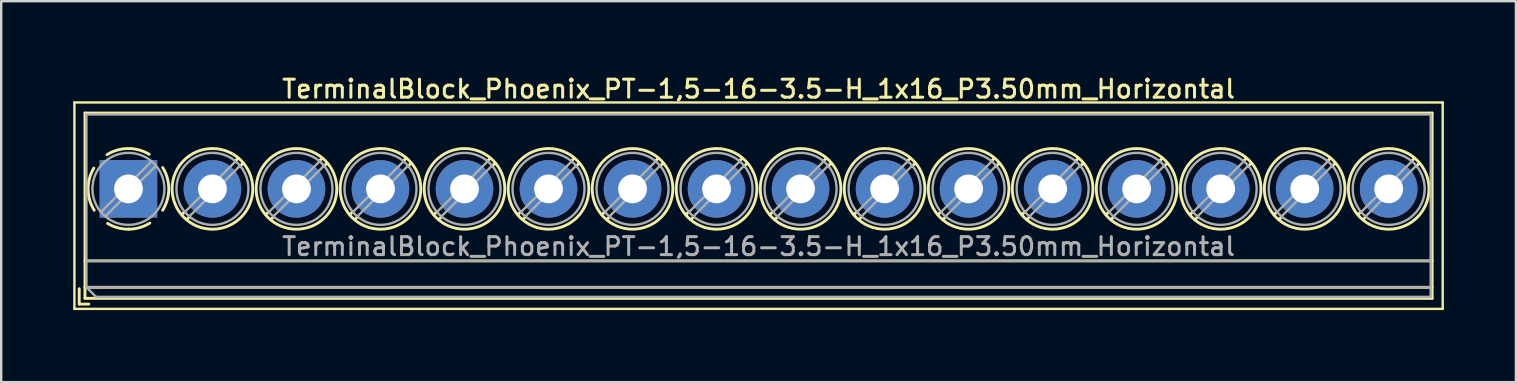
<source format=kicad_pcb>
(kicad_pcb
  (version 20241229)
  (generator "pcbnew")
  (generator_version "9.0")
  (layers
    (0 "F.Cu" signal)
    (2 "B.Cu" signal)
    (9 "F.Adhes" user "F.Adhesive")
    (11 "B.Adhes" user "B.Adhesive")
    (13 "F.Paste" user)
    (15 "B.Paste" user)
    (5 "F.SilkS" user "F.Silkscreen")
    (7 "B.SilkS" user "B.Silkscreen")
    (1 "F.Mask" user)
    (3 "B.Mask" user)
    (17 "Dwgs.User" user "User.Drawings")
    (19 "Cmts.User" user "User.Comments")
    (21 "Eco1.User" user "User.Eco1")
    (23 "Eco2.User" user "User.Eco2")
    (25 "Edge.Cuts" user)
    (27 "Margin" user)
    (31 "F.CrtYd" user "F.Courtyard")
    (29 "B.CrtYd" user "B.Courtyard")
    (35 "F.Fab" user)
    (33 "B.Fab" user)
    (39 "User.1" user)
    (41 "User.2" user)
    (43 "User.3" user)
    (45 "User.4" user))
  (footprint "TerminalBlock_Phoenix_PT-1,5-16-3.5-H_1x16_P3.50mm_Horizontal"
    (layer "F.Cu")
    (at 2.3 4.818)
    (property "Reference" "TerminalBlock_Phoenix_PT-1,5-16-3.5-H_1x16_P3.50mm_Horizontal" (at 26.25 -4.16 0) (layer "F.SilkS") (effects (font (size 0.75 0.75) (thickness 0.125))))
    (attr through_hole)
    (fp_line (start -2.25 -3.6) (end -2.25 5) (stroke (width 0.1) (type solid)) (layer "F.SilkS"))
    (fp_line (start -2.25 5) (end 54.75 5) (stroke (width 0.1) (type solid)) (layer "F.SilkS"))
    (fp_line (start -2.05 4.16) (end -2.05 4.8) (stroke (width 0.12) (type solid)) (layer "F.SilkS"))
    (fp_line (start -2.05 4.8) (end -1.65 4.8) (stroke (width 0.12) (type solid)) (layer "F.SilkS"))
    (fp_line (start -1.81 -3.16) (end -1.81 4.56) (stroke (width 0.12) (type solid)) (layer "F.SilkS"))
    (fp_line (start -1.81 -3.16) (end 54.31 -3.16) (stroke (width 0.12) (type solid)) (layer "F.SilkS"))
    (fp_line (start -1.81 3) (end 54.31 3) (stroke (width 0.12) (type solid)) (layer "F.SilkS"))
    (fp_line (start -1.81 4.1) (end 54.31 4.1) (stroke (width 0.12) (type solid)) (layer "F.SilkS"))
    (fp_line (start -1.81 4.56) (end 54.31 4.56) (stroke (width 0.12) (type solid)) (layer "F.SilkS"))
    (fp_line (start 2.355 0.941) (end 2.226 1.069) (stroke (width 0.12) (type solid)) (layer "F.SilkS"))
    (fp_line (start 2.525 1.181) (end 2.431 1.274) (stroke (width 0.12) (type solid)) (layer "F.SilkS"))
    (fp_line (start 4.57 -1.275) (end 4.476 -1.181) (stroke (width 0.12) (type solid)) (layer "F.SilkS"))
    (fp_line (start 4.775 -1.069) (end 4.646 -0.941) (stroke (width 0.12) (type solid)) (layer "F.SilkS"))
    (fp_line (start 5.855 0.941) (end 5.726 1.069) (stroke (width 0.12) (type solid)) (layer "F.SilkS"))
    (fp_line (start 6.025 1.181) (end 5.931 1.274) (stroke (width 0.12) (type solid)) (layer "F.SilkS"))
    (fp_line (start 8.07 -1.275) (end 7.976 -1.181) (stroke (width 0.12) (type solid)) (layer "F.SilkS"))
    (fp_line (start 8.275 -1.069) (end 8.146 -0.941) (stroke (width 0.12) (type solid)) (layer "F.SilkS"))
    (fp_line (start 9.355 0.941) (end 9.226 1.069) (stroke (width 0.12) (type solid)) (layer "F.SilkS"))
    (fp_line (start 9.525 1.181) (end 9.431 1.274) (stroke (width 0.12) (type solid)) (layer "F.SilkS"))
    (fp_line (start 11.57 -1.275) (end 11.476 -1.181) (stroke (width 0.12) (type solid)) (layer "F.SilkS"))
    (fp_line (start 11.775 -1.069) (end 11.646 -0.941) (stroke (width 0.12) (type solid)) (layer "F.SilkS"))
    (fp_line (start 12.855 0.941) (end 12.726 1.069) (stroke (width 0.12) (type solid)) (layer "F.SilkS"))
    (fp_line (start 13.025 1.181) (end 12.931 1.274) (stroke (width 0.12) (type solid)) (layer "F.SilkS"))
    (fp_line (start 15.07 -1.275) (end 14.976 -1.181) (stroke (width 0.12) (type solid)) (layer "F.SilkS"))
    (fp_line (start 15.275 -1.069) (end 15.146 -0.941) (stroke (width 0.12) (type solid)) (layer "F.SilkS"))
    (fp_line (start 16.355 0.941) (end 16.226 1.069) (stroke (width 0.12) (type solid)) (layer "F.SilkS"))
    (fp_line (start 16.525 1.181) (end 16.431 1.274) (stroke (width 0.12) (type solid)) (layer "F.SilkS"))
    (fp_line (start 18.57 -1.275) (end 18.476 -1.181) (stroke (width 0.12) (type solid)) (layer "F.SilkS"))
    (fp_line (start 18.775 -1.069) (end 18.646 -0.941) (stroke (width 0.12) (type solid)) (layer "F.SilkS"))
    (fp_line (start 19.855 0.941) (end 19.726 1.069) (stroke (width 0.12) (type solid)) (layer "F.SilkS"))
    (fp_line (start 20.025 1.181) (end 19.931 1.274) (stroke (width 0.12) (type solid)) (layer "F.SilkS"))
    (fp_line (start 22.07 -1.275) (end 21.976 -1.181) (stroke (width 0.12) (type solid)) (layer "F.SilkS"))
    (fp_line (start 22.275 -1.069) (end 22.146 -0.941) (stroke (width 0.12) (type solid)) (layer "F.SilkS"))
    (fp_line (start 23.355 0.941) (end 23.226 1.069) (stroke (width 0.12) (type solid)) (layer "F.SilkS"))
    (fp_line (start 23.525 1.181) (end 23.431 1.274) (stroke (width 0.12) (type solid)) (layer "F.SilkS"))
    (fp_line (start 25.57 -1.275) (end 25.476 -1.181) (stroke (width 0.12) (type solid)) (layer "F.SilkS"))
    (fp_line (start 25.775 -1.069) (end 25.646 -0.941) (stroke (width 0.12) (type solid)) (layer "F.SilkS"))
    (fp_line (start 26.855 0.941) (end 26.726 1.069) (stroke (width 0.12) (type solid)) (layer "F.SilkS"))
    (fp_line (start 27.025 1.181) (end 26.931 1.274) (stroke (width 0.12) (type solid)) (layer "F.SilkS"))
    (fp_line (start 29.07 -1.275) (end 28.976 -1.181) (stroke (width 0.12) (type solid)) (layer "F.SilkS"))
    (fp_line (start 29.275 -1.069) (end 29.146 -0.941) (stroke (width 0.12) (type solid)) (layer "F.SilkS"))
    (fp_line (start 30.355 0.941) (end 30.226 1.069) (stroke (width 0.12) (type solid)) (layer "F.SilkS"))
    (fp_line (start 30.525 1.181) (end 30.431 1.274) (stroke (width 0.12) (type solid)) (layer "F.SilkS"))
    (fp_line (start 32.57 -1.275) (end 32.476 -1.181) (stroke (width 0.12) (type solid)) (layer "F.SilkS"))
    (fp_line (start 32.775 -1.069) (end 32.646 -0.941) (stroke (width 0.12) (type solid)) (layer "F.SilkS"))
    (fp_line (start 33.855 0.941) (end 33.726 1.069) (stroke (width 0.12) (type solid)) (layer "F.SilkS"))
    (fp_line (start 34.025 1.181) (end 33.931 1.274) (stroke (width 0.12) (type solid)) (layer "F.SilkS"))
    (fp_line (start 36.07 -1.275) (end 35.976 -1.181) (stroke (width 0.12) (type solid)) (layer "F.SilkS"))
    (fp_line (start 36.275 -1.069) (end 36.146 -0.941) (stroke (width 0.12) (type solid)) (layer "F.SilkS"))
    (fp_line (start 37.355 0.941) (end 37.226 1.069) (stroke (width 0.12) (type solid)) (layer "F.SilkS"))
    (fp_line (start 37.525 1.181) (end 37.431 1.274) (stroke (width 0.12) (type solid)) (layer "F.SilkS"))
    (fp_line (start 39.57 -1.275) (end 39.476 -1.181) (stroke (width 0.12) (type solid)) (layer "F.SilkS"))
    (fp_line (start 39.775 -1.069) (end 39.646 -0.941) (stroke (width 0.12) (type solid)) (layer "F.SilkS"))
    (fp_line (start 40.855 0.941) (end 40.726 1.069) (stroke (width 0.12) (type solid)) (layer "F.SilkS"))
    (fp_line (start 41.025 1.181) (end 40.931 1.274) (stroke (width 0.12) (type solid)) (layer "F.SilkS"))
    (fp_line (start 43.07 -1.275) (end 42.976 -1.181) (stroke (width 0.12) (type solid)) (layer "F.SilkS"))
    (fp_line (start 43.275 -1.069) (end 43.146 -0.941) (stroke (width 0.12) (type solid)) (layer "F.SilkS"))
    (fp_line (start 44.355 0.941) (end 44.226 1.069) (stroke (width 0.12) (type solid)) (layer "F.SilkS"))
    (fp_line (start 44.525 1.181) (end 44.431 1.274) (stroke (width 0.12) (type solid)) (layer "F.SilkS"))
    (fp_line (start 46.57 -1.275) (end 46.476 -1.181) (stroke (width 0.12) (type solid)) (layer "F.SilkS"))
    (fp_line (start 46.775 -1.069) (end 46.646 -0.941) (stroke (width 0.12) (type solid)) (layer "F.SilkS"))
    (fp_line (start 47.855 0.941) (end 47.726 1.069) (stroke (width 0.12) (type solid)) (layer "F.SilkS"))
    (fp_line (start 48.025 1.181) (end 47.931 1.274) (stroke (width 0.12) (type solid)) (layer "F.SilkS"))
    (fp_line (start 50.07 -1.275) (end 49.976 -1.181) (stroke (width 0.12) (type solid)) (layer "F.SilkS"))
    (fp_line (start 50.275 -1.069) (end 50.146 -0.941) (stroke (width 0.12) (type solid)) (layer "F.SilkS"))
    (fp_line (start 51.355 0.941) (end 51.226 1.069) (stroke (width 0.12) (type solid)) (layer "F.SilkS"))
    (fp_line (start 51.525 1.181) (end 51.431 1.274) (stroke (width 0.12) (type solid)) (layer "F.SilkS"))
    (fp_line (start 53.57 -1.275) (end 53.476 -1.181) (stroke (width 0.12) (type solid)) (layer "F.SilkS"))
    (fp_line (start 53.775 -1.069) (end 53.646 -0.941) (stroke (width 0.12) (type solid)) (layer "F.SilkS"))
    (fp_line (start 54.31 -3.16) (end 54.31 4.56) (stroke (width 0.12) (type solid)) (layer "F.SilkS"))
    (fp_line (start 54.75 -3.6) (end -2.25 -3.6) (stroke (width 0.1) (type solid)) (layer "F.SilkS"))
    (fp_line (start 54.75 5) (end 54.75 -3.6) (stroke (width 0.1) (type solid)) (layer "F.SilkS"))
    (fp_arc (start -1.425358 0.889894) (mid -1.680286 0.014012) (end -1.44 -0.866) (stroke (width 0.12) (type solid)) (layer "F.SilkS"))
    (fp_arc (start -0.889894 -1.425358) (mid -0.014012 -1.680286) (end 0.866 -1.44) (stroke (width 0.12) (type solid)) (layer "F.SilkS"))
    (fp_arc (start 0.028674 1.680099) (mid -0.435535 1.622918) (end -0.866 1.44) (stroke (width 0.12) (type solid)) (layer "F.SilkS"))
    (fp_arc (start 0.890264 1.424721) (mid 0.463071 1.61492) (end 0 1.68) (stroke (width 0.12) (type solid)) (layer "F.SilkS"))
    (fp_arc (start 1.425504 -0.890193) (mid 1.680626 0.000476) (end 1.425 0.891) (stroke (width 0.12) (type solid)) (layer "F.SilkS"))
    (fp_circle (center 3.5 0) (end 5.18 0) (stroke (width 0.12) (type solid)) (fill no) (layer "F.SilkS"))
    (fp_circle (center 7 0) (end 8.68 0) (stroke (width 0.12) (type solid)) (fill no) (layer "F.SilkS"))
    (fp_circle (center 10.5 0) (end 12.18 0) (stroke (width 0.12) (type solid)) (fill no) (layer "F.SilkS"))
    (fp_circle (center 14 0) (end 15.68 0) (stroke (width 0.12) (type solid)) (fill no) (layer "F.SilkS"))
    (fp_circle (center 17.5 0) (end 19.18 0) (stroke (width 0.12) (type solid)) (fill no) (layer "F.SilkS"))
    (fp_circle (center 21 0) (end 22.68 0) (stroke (width 0.12) (type solid)) (fill no) (layer "F.SilkS"))
    (fp_circle (center 24.5 0) (end 26.18 0) (stroke (width 0.12) (type solid)) (fill no) (layer "F.SilkS"))
    (fp_circle (center 28 0) (end 29.68 0) (stroke (width 0.12) (type solid)) (fill no) (layer "F.SilkS"))
    (fp_circle (center 31.5 0) (end 33.18 0) (stroke (width 0.12) (type solid)) (fill no) (layer "F.SilkS"))
    (fp_circle (center 35 0) (end 36.68 0) (stroke (width 0.12) (type solid)) (fill no) (layer "F.SilkS"))
    (fp_circle (center 38.5 0) (end 40.18 0) (stroke (width 0.12) (type solid)) (fill no) (layer "F.SilkS"))
    (fp_circle (center 42 0) (end 43.68 0) (stroke (width 0.12) (type solid)) (fill no) (layer "F.SilkS"))
    (fp_circle (center 45.5 0) (end 47.18 0) (stroke (width 0.12) (type solid)) (fill no) (layer "F.SilkS"))
    (fp_circle (center 49 0) (end 50.68 0) (stroke (width 0.12) (type solid)) (fill no) (layer "F.SilkS"))
    (fp_circle (center 52.5 0) (end 54.18 0) (stroke (width 0.12) (type solid)) (fill no) (layer "F.SilkS"))
    (fp_line (start -1.75 -3.1) (end 54.25 -3.1) (stroke (width 0.1) (type solid)) (layer "F.Fab"))
    (fp_line (start -1.75 3) (end 54.25 3) (stroke (width 0.1) (type solid)) (layer "F.Fab"))
    (fp_line (start -1.75 4.1) (end -1.75 -3.1) (stroke (width 0.1) (type solid)) (layer "F.Fab"))
    (fp_line (start -1.75 4.1) (end 54.25 4.1) (stroke (width 0.1) (type solid)) (layer "F.Fab"))
    (fp_line (start -1.35 4.5) (end -1.75 4.1) (stroke (width 0.1) (type solid)) (layer "F.Fab"))
    (fp_line (start 0.955 -1.138) (end -1.138 0.955) (stroke (width 0.1) (type solid)) (layer "F.Fab"))
    (fp_line (start 1.138 -0.955) (end -0.955 1.138) (stroke (width 0.1) (type solid)) (layer "F.Fab"))
    (fp_line (start 4.455 -1.138) (end 2.363 0.955) (stroke (width 0.1) (type solid)) (layer "F.Fab"))
    (fp_line (start 4.638 -0.955) (end 2.546 1.138) (stroke (width 0.1) (type solid)) (layer "F.Fab"))
    (fp_line (start 7.955 -1.138) (end 5.863 0.955) (stroke (width 0.1) (type solid)) (layer "F.Fab"))
    (fp_line (start 8.138 -0.955) (end 6.046 1.138) (stroke (width 0.1) (type solid)) (layer "F.Fab"))
    (fp_line (start 11.455 -1.138) (end 9.363 0.955) (stroke (width 0.1) (type solid)) (layer "F.Fab"))
    (fp_line (start 11.638 -0.955) (end 9.546 1.138) (stroke (width 0.1) (type solid)) (layer "F.Fab"))
    (fp_line (start 14.955 -1.138) (end 12.863 0.955) (stroke (width 0.1) (type solid)) (layer "F.Fab"))
    (fp_line (start 15.138 -0.955) (end 13.046 1.138) (stroke (width 0.1) (type solid)) (layer "F.Fab"))
    (fp_line (start 18.455 -1.138) (end 16.363 0.955) (stroke (width 0.1) (type solid)) (layer "F.Fab"))
    (fp_line (start 18.638 -0.955) (end 16.546 1.138) (stroke (width 0.1) (type solid)) (layer "F.Fab"))
    (fp_line (start 21.955 -1.138) (end 19.863 0.955) (stroke (width 0.1) (type solid)) (layer "F.Fab"))
    (fp_line (start 22.138 -0.955) (end 20.046 1.138) (stroke (width 0.1) (type solid)) (layer "F.Fab"))
    (fp_line (start 25.455 -1.138) (end 23.363 0.955) (stroke (width 0.1) (type solid)) (layer "F.Fab"))
    (fp_line (start 25.638 -0.955) (end 23.546 1.138) (stroke (width 0.1) (type solid)) (layer "F.Fab"))
    (fp_line (start 28.955 -1.138) (end 26.863 0.955) (stroke (width 0.1) (type solid)) (layer "F.Fab"))
    (fp_line (start 29.138 -0.955) (end 27.046 1.138) (stroke (width 0.1) (type solid)) (layer "F.Fab"))
    (fp_line (start 32.455 -1.138) (end 30.363 0.955) (stroke (width 0.1) (type solid)) (layer "F.Fab"))
    (fp_line (start 32.638 -0.955) (end 30.546 1.138) (stroke (width 0.1) (type solid)) (layer "F.Fab"))
    (fp_line (start 35.955 -1.138) (end 33.863 0.955) (stroke (width 0.1) (type solid)) (layer "F.Fab"))
    (fp_line (start 36.138 -0.955) (end 34.046 1.138) (stroke (width 0.1) (type solid)) (layer "F.Fab"))
    (fp_line (start 39.455 -1.138) (end 37.363 0.955) (stroke (width 0.1) (type solid)) (layer "F.Fab"))
    (fp_line (start 39.638 -0.955) (end 37.546 1.138) (stroke (width 0.1) (type solid)) (layer "F.Fab"))
    (fp_line (start 42.955 -1.138) (end 40.863 0.955) (stroke (width 0.1) (type solid)) (layer "F.Fab"))
    (fp_line (start 43.138 -0.955) (end 41.046 1.138) (stroke (width 0.1) (type solid)) (layer "F.Fab"))
    (fp_line (start 46.455 -1.138) (end 44.363 0.955) (stroke (width 0.1) (type solid)) (layer "F.Fab"))
    (fp_line (start 46.638 -0.955) (end 44.546 1.138) (stroke (width 0.1) (type solid)) (layer "F.Fab"))
    (fp_line (start 49.955 -1.138) (end 47.863 0.955) (stroke (width 0.1) (type solid)) (layer "F.Fab"))
    (fp_line (start 50.138 -0.955) (end 48.046 1.138) (stroke (width 0.1) (type solid)) (layer "F.Fab"))
    (fp_line (start 53.455 -1.138) (end 51.363 0.955) (stroke (width 0.1) (type solid)) (layer "F.Fab"))
    (fp_line (start 53.638 -0.955) (end 51.546 1.138) (stroke (width 0.1) (type solid)) (layer "F.Fab"))
    (fp_line (start 54.25 -3.1) (end 54.25 4.5) (stroke (width 0.1) (type solid)) (layer "F.Fab"))
    (fp_line (start 54.25 4.5) (end -1.35 4.5) (stroke (width 0.1) (type solid)) (layer "F.Fab"))
    (fp_circle (center 0 0) (end 1.5 0) (stroke (width 0.1) (type solid)) (fill no) (layer "F.Fab"))
    (fp_circle (center 3.5 0) (end 5 0) (stroke (width 0.1) (type solid)) (fill no) (layer "F.Fab"))
    (fp_circle (center 7 0) (end 8.5 0) (stroke (width 0.1) (type solid)) (fill no) (layer "F.Fab"))
    (fp_circle (center 10.5 0) (end 12 0) (stroke (width 0.1) (type solid)) (fill no) (layer "F.Fab"))
    (fp_circle (center 14 0) (end 15.5 0) (stroke (width 0.1) (type solid)) (fill no) (layer "F.Fab"))
    (fp_circle (center 17.5 0) (end 19 0) (stroke (width 0.1) (type solid)) (fill no) (layer "F.Fab"))
    (fp_circle (center 21 0) (end 22.5 0) (stroke (width 0.1) (type solid)) (fill no) (layer "F.Fab"))
    (fp_circle (center 24.5 0) (end 26 0) (stroke (width 0.1) (type solid)) (fill no) (layer "F.Fab"))
    (fp_circle (center 28 0) (end 29.5 0) (stroke (width 0.1) (type solid)) (fill no) (layer "F.Fab"))
    (fp_circle (center 31.5 0) (end 33 0) (stroke (width 0.1) (type solid)) (fill no) (layer "F.Fab"))
    (fp_circle (center 35 0) (end 36.5 0) (stroke (width 0.1) (type solid)) (fill no) (layer "F.Fab"))
    (fp_circle (center 38.5 0) (end 40 0) (stroke (width 0.1) (type solid)) (fill no) (layer "F.Fab"))
    (fp_circle (center 42 0) (end 43.5 0) (stroke (width 0.1) (type solid)) (fill no) (layer "F.Fab"))
    (fp_circle (center 45.5 0) (end 47 0) (stroke (width 0.1) (type solid)) (fill no) (layer "F.Fab"))
    (fp_circle (center 49 0) (end 50.5 0) (stroke (width 0.1) (type solid)) (fill no) (layer "F.Fab"))
    (fp_circle (center 52.5 0) (end 54 0) (stroke (width 0.1) (type solid)) (fill no) (layer "F.Fab"))
    (fp_text user "${REFERENCE}" (at 26.25 2.4 0) (layer "F.Fab") (effects (font (size 0.75 0.75) (thickness 0.125))))
    (pad "1" thru_hole rect (at 0 0) (size 2.4 2.4) (drill 1.2) (layers "*.Cu" "*.Mask"))
    (pad "2" thru_hole circle (at 3.5 0) (size 2.4 2.4) (drill 1.2) (layers "*.Cu" "*.Mask"))
    (pad "3" thru_hole circle (at 7 0) (size 2.4 2.4) (drill 1.2) (layers "*.Cu" "*.Mask"))
    (pad "4" thru_hole circle (at 10.5 0) (size 2.4 2.4) (drill 1.2) (layers "*.Cu" "*.Mask"))
    (pad "5" thru_hole circle (at 14 0) (size 2.4 2.4) (drill 1.2) (layers "*.Cu" "*.Mask"))
    (pad "6" thru_hole circle (at 17.5 0) (size 2.4 2.4) (drill 1.2) (layers "*.Cu" "*.Mask"))
    (pad "7" thru_hole circle (at 21 0) (size 2.4 2.4) (drill 1.2) (layers "*.Cu" "*.Mask"))
    (pad "8" thru_hole circle (at 24.5 0) (size 2.4 2.4) (drill 1.2) (layers "*.Cu" "*.Mask"))
    (pad "9" thru_hole circle (at 28 0) (size 2.4 2.4) (drill 1.2) (layers "*.Cu" "*.Mask"))
    (pad "10" thru_hole circle (at 31.5 0) (size 2.4 2.4) (drill 1.2) (layers "*.Cu" "*.Mask"))
    (pad "11" thru_hole circle (at 35 0) (size 2.4 2.4) (drill 1.2) (layers "*.Cu" "*.Mask"))
    (pad "12" thru_hole circle (at 38.5 0) (size 2.4 2.4) (drill 1.2) (layers "*.Cu" "*.Mask"))
    (pad "13" thru_hole circle (at 42 0) (size 2.4 2.4) (drill 1.2) (layers "*.Cu" "*.Mask"))
    (pad "14" thru_hole circle (at 45.5 0) (size 2.4 2.4) (drill 1.2) (layers "*.Cu" "*.Mask"))
    (pad "15" thru_hole circle (at 49 0) (size 2.4 2.4) (drill 1.2) (layers "*.Cu" "*.Mask"))
    (pad "16" thru_hole circle (at 52.5 0) (size 2.4 2.4) (drill 1.2) (layers "*.Cu" "*.Mask")))
  (gr_rect
    (start -3 -3)
    (end 60.1 12.868)
    (stroke (width 0.1) (type default))
    (fill no)
    (layer "Edge.Cuts")))
</source>
